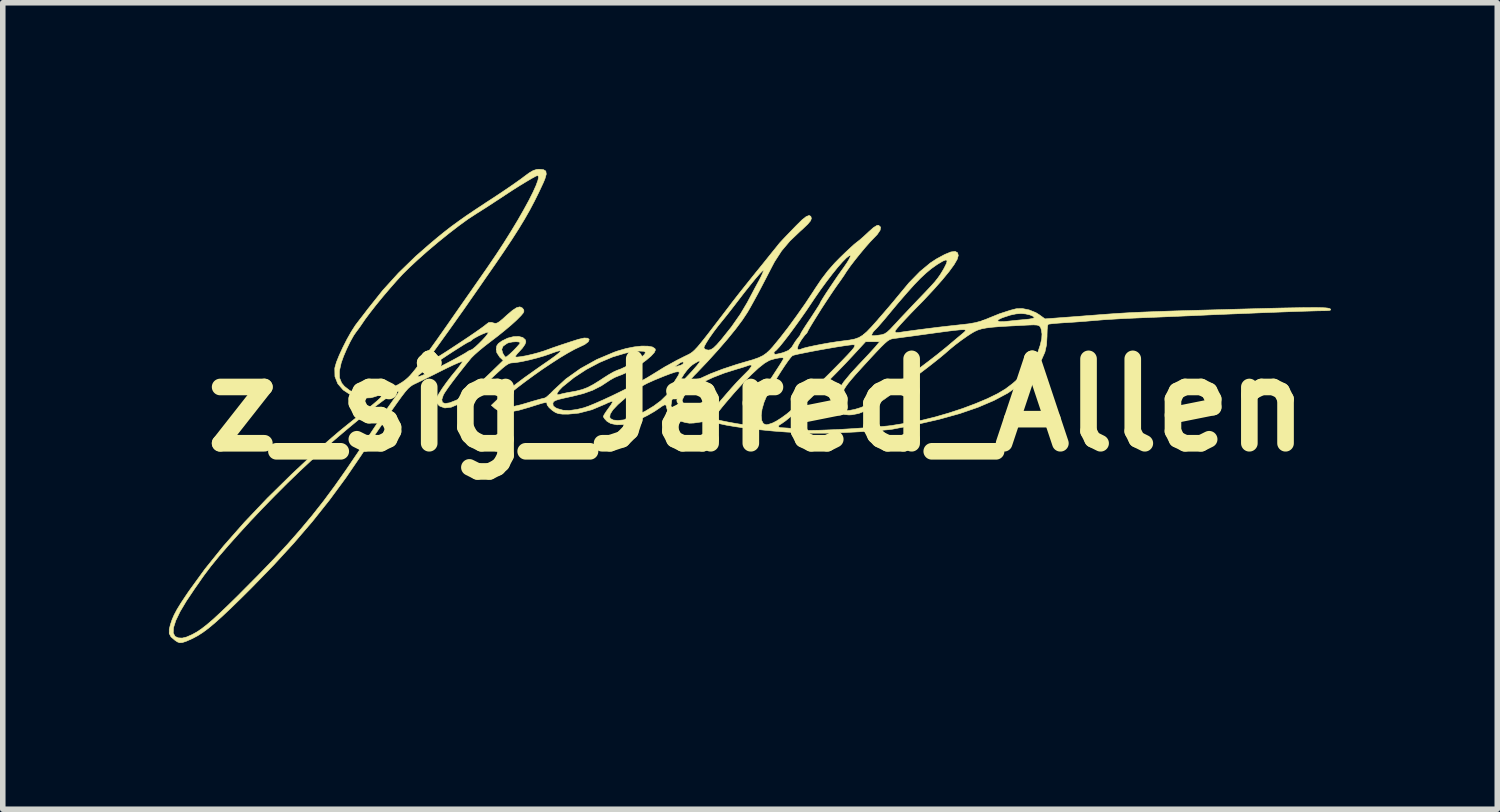
<source format=kicad_pcb>
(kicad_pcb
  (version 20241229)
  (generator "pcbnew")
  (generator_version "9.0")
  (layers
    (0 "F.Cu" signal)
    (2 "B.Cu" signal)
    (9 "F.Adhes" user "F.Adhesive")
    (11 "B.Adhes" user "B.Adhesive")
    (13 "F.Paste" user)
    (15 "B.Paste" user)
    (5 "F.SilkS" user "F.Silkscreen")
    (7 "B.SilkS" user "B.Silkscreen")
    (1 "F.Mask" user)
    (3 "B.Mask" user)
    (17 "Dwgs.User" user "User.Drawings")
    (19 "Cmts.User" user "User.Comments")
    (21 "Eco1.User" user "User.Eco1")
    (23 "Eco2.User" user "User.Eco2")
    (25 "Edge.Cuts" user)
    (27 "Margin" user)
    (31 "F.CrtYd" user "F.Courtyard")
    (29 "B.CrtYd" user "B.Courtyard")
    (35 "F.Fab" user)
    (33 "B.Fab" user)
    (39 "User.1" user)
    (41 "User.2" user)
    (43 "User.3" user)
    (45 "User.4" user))
  (footprint "z_sig_Jared_Allen"
    (layer "F.Cu")
    (at 10.612 4.262)
    (property "Reference" "z_sig_Jared_Allen" (at 0 0 0) (layer "F.SilkS") (effects (font (size 1.524 1.524) (thickness 0.3))))
    (attr through_hole)
    (fp_poly (pts (xy -3.853 -4.25) (xy -3.81 -4.224) (xy -3.801 -4.17) (xy -3.825 -4.085) (xy -3.854 -4.015) (xy -3.935 -3.842) (xy -4.016 -3.679) (xy -4.101 -3.518) (xy -4.195 -3.353) (xy -4.301 -3.179) (xy -4.423 -2.988) (xy -4.565 -2.775) (xy -4.73 -2.533) (xy -4.909 -2.276) (xy -4.996 -2.15) (xy -5.09 -2.015) (xy -5.178 -1.889) (xy -5.227 -1.818) (xy -5.296 -1.719) (xy -5.381 -1.6) (xy -5.475 -1.467) (xy -5.574 -1.328) (xy -5.672 -1.192) (xy -5.763 -1.065) (xy -5.843 -0.955) (xy -5.905 -0.871) (xy -5.944 -0.819) (xy -5.947 -0.815) (xy -5.979 -0.766) (xy -5.987 -0.736) (xy -5.986 -0.735) (xy -5.963 -0.744) (xy -5.905 -0.777) (xy -5.819 -0.83) (xy -5.711 -0.898) (xy -5.588 -0.976) (xy -5.457 -1.062) (xy -5.325 -1.149) (xy -5.199 -1.233) (xy -5.085 -1.311) (xy -4.991 -1.377) (xy -4.922 -1.427) (xy -4.89 -1.453) (xy -4.839 -1.491) (xy -4.789 -1.493) (xy -4.761 -1.484) (xy -4.725 -1.475) (xy -4.691 -1.48) (xy -4.648 -1.505) (xy -4.587 -1.555) (xy -4.515 -1.621) (xy -4.412 -1.709) (xy -4.335 -1.759) (xy -4.278 -1.773) (xy -4.234 -1.753) (xy -4.211 -1.724) (xy -4.204 -1.697) (xy -4.217 -1.663) (xy -4.258 -1.614) (xy -4.33 -1.541) (xy -4.349 -1.523) (xy -4.434 -1.446) (xy -4.547 -1.351) (xy -4.672 -1.25) (xy -4.795 -1.156) (xy -4.796 -1.155) (xy -4.908 -1.069) (xy -5.012 -0.984) (xy -5.097 -0.909) (xy -5.153 -0.854) (xy -5.159 -0.847) (xy -5.284 -0.693) (xy -5.398 -0.548) (xy -5.498 -0.417) (xy -5.579 -0.307) (xy -5.635 -0.224) (xy -5.659 -0.183) (xy -5.687 -0.099) (xy -5.676 -0.047) (xy -5.628 -0.028) (xy -5.545 -0.041) (xy -5.426 -0.088) (xy -5.394 -0.104) (xy -5.324 -0.143) (xy -5.249 -0.192) (xy -5.165 -0.258) (xy -5.065 -0.344) (xy -4.943 -0.455) (xy -4.794 -0.596) (xy -4.736 -0.653) (xy -4.578 -0.806) (xy -4.641 -0.865) (xy -4.694 -0.946) (xy -4.703 -1.005) (xy -4.606 -1.005) (xy -4.586 -0.935) (xy -4.586 -0.935) (xy -4.556 -0.886) (xy -4.533 -0.864) (xy -4.532 -0.864) (xy -4.507 -0.881) (xy -4.456 -0.924) (xy -4.393 -0.984) (xy -4.332 -1.048) (xy -4.288 -1.098) (xy -4.271 -1.124) (xy -4.293 -1.139) (xy -4.347 -1.144) (xy -4.415 -1.139) (xy -4.479 -1.126) (xy -4.508 -1.115) (xy -4.581 -1.063) (xy -4.606 -1.005) (xy -4.703 -1.005) (xy -4.704 -1.008) (xy -4.696 -1.067) (xy -4.666 -1.111) (xy -4.602 -1.157) (xy -4.499 -1.208) (xy -4.395 -1.235) (xy -4.3 -1.239) (xy -4.225 -1.22) (xy -4.179 -1.179) (xy -4.17 -1.14) (xy -4.187 -1.094) (xy -4.231 -1.03) (xy -4.272 -0.985) (xy -4.325 -0.928) (xy -4.357 -0.885) (xy -4.361 -0.869) (xy -4.328 -0.866) (xy -4.258 -0.874) (xy -4.163 -0.891) (xy -4.055 -0.916) (xy -3.945 -0.945) (xy -3.845 -0.976) (xy -3.814 -0.987) (xy -3.685 -1.034) (xy -3.542 -1.083) (xy -3.372 -1.139) (xy -3.222 -1.187) (xy -3.117 -1.211) (xy -3.051 -1.207) (xy -3.026 -1.182) (xy -3.044 -1.142) (xy -3.107 -1.094) (xy -3.187 -1.056) (xy -3.289 -1.008) (xy -3.414 -0.939) (xy -3.556 -0.854) (xy -3.708 -0.756) (xy -3.867 -0.65) (xy -4.024 -0.539) (xy -4.176 -0.428) (xy -4.316 -0.322) (xy -4.439 -0.223) (xy -4.538 -0.137) (xy -4.608 -0.067) (xy -4.644 -0.017) (xy -4.647 -0.001) (xy -4.616 0.034) (xy -4.541 0.045) (xy -4.423 0.032) (xy -4.263 -0.005) (xy -4.153 -0.037) (xy -4.037 -0.072) (xy -3.937 -0.1) (xy -3.864 -0.12) (xy -3.829 -0.127) (xy -3.829 -0.127) (xy -3.799 -0.144) (xy -3.746 -0.19) (xy -3.724 -0.212) (xy -3.606 -0.212) (xy -3.606 -0.186) (xy -3.572 -0.188) (xy -3.566 -0.19) (xy -3.515 -0.204) (xy -3.437 -0.221) (xy -3.394 -0.229) (xy -3.26 -0.253) (xy -3.151 -0.281) (xy -3.054 -0.318) (xy -2.953 -0.371) (xy -2.834 -0.445) (xy -2.76 -0.494) (xy -2.67 -0.551) (xy -2.589 -0.597) (xy -2.531 -0.624) (xy -2.523 -0.627) (xy -2.453 -0.653) (xy -2.358 -0.698) (xy -2.253 -0.755) (xy -2.155 -0.814) (xy -2.091 -0.858) (xy -2.028 -0.914) (xy -2.01 -0.951) (xy -2.039 -0.971) (xy -2.117 -0.975) (xy -2.155 -0.973) (xy -2.368 -0.939) (xy -2.6 -0.87) (xy -2.84 -0.769) (xy -3.078 -0.643) (xy -3.302 -0.496) (xy -3.503 -0.334) (xy -3.515 -0.323) (xy -3.575 -0.26) (xy -3.606 -0.212) (xy -3.724 -0.212) (xy -3.681 -0.255) (xy -3.674 -0.263) (xy -3.449 -0.47) (xy -3.185 -0.658) (xy -2.89 -0.822) (xy -2.575 -0.955) (xy -2.512 -0.977) (xy -2.361 -1.021) (xy -2.215 -1.05) (xy -2.082 -1.065) (xy -1.97 -1.064) (xy -1.886 -1.049) (xy -1.839 -1.019) (xy -1.831 -0.994) (xy -1.852 -0.948) (xy -1.91 -0.885) (xy -1.996 -0.812) (xy -2.1 -0.735) (xy -2.215 -0.662) (xy -2.33 -0.598) (xy -2.438 -0.549) (xy -2.479 -0.534) (xy -2.566 -0.499) (xy -2.648 -0.453) (xy -2.657 -0.447) (xy -2.81 -0.346) (xy -2.964 -0.268) (xy -3.136 -0.207) (xy -3.34 -0.156) (xy -3.356 -0.153) (xy -3.488 -0.124) (xy -3.578 -0.102) (xy -3.635 -0.083) (xy -3.666 -0.064) (xy -3.679 -0.043) (xy -3.682 -0.03) (xy -3.676 0.014) (xy -3.636 0.047) (xy -3.6 0.064) (xy -3.498 0.093) (xy -3.383 0.098) (xy -3.243 0.078) (xy -3.127 0.05) (xy -3.04 0.02) (xy -2.918 -0.03) (xy -2.771 -0.095) (xy -2.607 -0.171) (xy -2.437 -0.254) (xy -2.27 -0.338) (xy -2.115 -0.419) (xy -1.981 -0.493) (xy -1.889 -0.549) (xy -1.667 -0.686) (xy -1.65 -0.695) (xy -1.481 -0.695) (xy -1.445 -0.699) (xy -1.437 -0.701) (xy -1.374 -0.719) (xy -1.337 -0.739) (xy -1.321 -0.768) (xy -1.339 -0.78) (xy -1.376 -0.769) (xy -1.392 -0.757) (xy -1.444 -0.719) (xy -1.475 -0.702) (xy -1.481 -0.695) (xy -1.65 -0.695) (xy -1.455 -0.803) (xy -1.305 -0.879) (xy -1.261 -0.9) (xy -1.224 -0.918) (xy -1.191 -0.938) (xy -1.157 -0.963) (xy -1.121 -0.996) (xy -1.091 -1.028) (xy -0.956 -1.028) (xy -0.923 -1.001) (xy -0.872 -0.992) (xy -0.83 -1.001) (xy -0.783 -1.031) (xy -0.723 -1.089) (xy -0.645 -1.178) (xy -0.458 -1.412) (xy -0.298 -1.641) (xy -0.171 -1.855) (xy -0.158 -1.88) (xy -0.1 -1.989) (xy -0.033 -2.116) (xy 0.03 -2.232) (xy 0.031 -2.233) (xy 0.076 -2.319) (xy 0.107 -2.387) (xy 0.121 -2.426) (xy 0.12 -2.431) (xy 0.098 -2.418) (xy 0.049 -2.368) (xy -0.024 -2.284) (xy -0.118 -2.168) (xy -0.231 -2.026) (xy -0.343 -1.88) (xy -0.423 -1.776) (xy -0.5 -1.677) (xy -0.564 -1.596) (xy -0.598 -1.554) (xy -0.693 -1.437) (xy -0.781 -1.321) (xy -0.856 -1.215) (xy -0.913 -1.125) (xy -0.949 -1.06) (xy -0.956 -1.028) (xy -1.091 -1.028) (xy -1.077 -1.042) (xy -1.024 -1.105) (xy -0.957 -1.188) (xy -0.873 -1.295) (xy -0.769 -1.431) (xy -0.641 -1.598) (xy -0.486 -1.801) (xy -0.458 -1.839) (xy -0.395 -1.92) (xy -0.309 -2.03) (xy -0.207 -2.158) (xy -0.099 -2.293) (xy -0.013 -2.4) (xy 0.088 -2.524) (xy 0.181 -2.64) (xy 0.261 -2.74) (xy 0.322 -2.815) (xy 0.356 -2.857) (xy 0.383 -2.891) (xy 0.408 -2.922) (xy 0.439 -2.956) (xy 0.48 -3) (xy 0.538 -3.061) (xy 0.621 -3.147) (xy 0.71 -3.239) (xy 0.813 -3.341) (xy 0.89 -3.402) (xy 0.943 -3.423) (xy 0.974 -3.407) (xy 0.984 -3.369) (xy 0.97 -3.327) (xy 0.918 -3.265) (xy 0.827 -3.178) (xy 0.784 -3.14) (xy 0.597 -2.962) (xy 0.446 -2.783) (xy 0.319 -2.587) (xy 0.275 -2.504) (xy 0.169 -2.299) (xy 0.082 -2.132) (xy 0.01 -1.996) (xy -0.052 -1.883) (xy -0.106 -1.785) (xy -0.157 -1.696) (xy -0.174 -1.668) (xy -0.262 -1.535) (xy -0.382 -1.374) (xy -0.531 -1.191) (xy -0.702 -0.993) (xy -0.89 -0.786) (xy -1.09 -0.576) (xy -1.125 -0.541) (xy -1.186 -0.475) (xy -1.227 -0.423) (xy -1.241 -0.394) (xy -1.24 -0.393) (xy -1.212 -0.397) (xy -1.151 -0.42) (xy -1.067 -0.459) (xy -1.026 -0.479) (xy -0.84 -0.564) (xy -0.616 -0.65) (xy -0.365 -0.733) (xy -0.216 -0.777) (xy -0.074 -0.818) (xy 0.031 -0.855) (xy 0.11 -0.893) (xy 0.175 -0.939) (xy 0.181 -0.944) (xy 0.305 -0.944) (xy 0.321 -0.919) (xy 0.337 -0.916) (xy 0.379 -0.923) (xy 0.449 -0.94) (xy 0.483 -0.95) (xy 0.571 -0.987) (xy 0.63 -1.044) (xy 0.649 -1.075) (xy 0.694 -1.147) (xy 0.738 -1.206) (xy 0.745 -1.214) (xy 0.778 -1.257) (xy 0.788 -1.279) (xy 0.801 -1.307) (xy 0.836 -1.364) (xy 0.884 -1.439) (xy 0.886 -1.442) (xy 0.99 -1.598) (xy 1.066 -1.715) (xy 1.116 -1.793) (xy 1.141 -1.836) (xy 1.144 -1.845) (xy 1.158 -1.872) (xy 1.195 -1.933) (xy 1.249 -2.018) (xy 1.316 -2.119) (xy 1.389 -2.227) (xy 1.462 -2.335) (xy 1.531 -2.432) (xy 1.57 -2.486) (xy 1.628 -2.571) (xy 1.67 -2.641) (xy 1.69 -2.687) (xy 1.69 -2.697) (xy 1.665 -2.695) (xy 1.615 -2.656) (xy 1.545 -2.585) (xy 1.459 -2.487) (xy 1.361 -2.365) (xy 1.255 -2.227) (xy 1.144 -2.075) (xy 1.034 -1.916) (xy 1 -1.865) (xy 0.892 -1.704) (xy 0.781 -1.546) (xy 0.673 -1.396) (xy 0.572 -1.259) (xy 0.481 -1.142) (xy 0.407 -1.051) (xy 0.352 -0.992) (xy 0.325 -0.97) (xy 0.305 -0.944) (xy 0.181 -0.944) (xy 0.238 -0.998) (xy 0.286 -1.051) (xy 0.414 -1.206) (xy 0.56 -1.394) (xy 0.715 -1.606) (xy 0.873 -1.83) (xy 1.024 -2.058) (xy 1.042 -2.087) (xy 1.165 -2.27) (xy 1.281 -2.422) (xy 1.403 -2.561) (xy 1.5 -2.66) (xy 1.596 -2.753) (xy 1.684 -2.835) (xy 1.755 -2.9) (xy 1.801 -2.937) (xy 1.805 -2.94) (xy 1.854 -2.978) (xy 1.925 -3.04) (xy 2.003 -3.112) (xy 2.013 -3.122) (xy 2.105 -3.204) (xy 2.169 -3.243) (xy 2.197 -3.246) (xy 2.234 -3.212) (xy 2.225 -3.156) (xy 2.173 -3.079) (xy 2.121 -3.025) (xy 2.048 -2.949) (xy 1.959 -2.848) (xy 1.863 -2.733) (xy 1.769 -2.616) (xy 1.687 -2.509) (xy 1.627 -2.424) (xy 1.611 -2.4) (xy 1.573 -2.34) (xy 1.515 -2.256) (xy 1.451 -2.166) (xy 1.445 -2.158) (xy 1.39 -2.079) (xy 1.322 -1.978) (xy 1.246 -1.863) (xy 1.167 -1.742) (xy 1.092 -1.622) (xy 1.024 -1.513) (xy 0.968 -1.421) (xy 0.93 -1.355) (xy 0.915 -1.323) (xy 0.915 -1.322) (xy 0.897 -1.293) (xy 0.895 -1.292) (xy 0.871 -1.268) (xy 0.83 -1.214) (xy 0.792 -1.16) (xy 0.746 -1.078) (xy 0.731 -1.023) (xy 0.747 -0.997) (xy 0.794 -1.008) (xy 0.804 -1.013) (xy 0.85 -1.029) (xy 0.935 -1.05) (xy 1.047 -1.074) (xy 1.176 -1.099) (xy 1.311 -1.123) (xy 1.44 -1.143) (xy 1.551 -1.158) (xy 1.559 -1.159) (xy 1.675 -1.174) (xy 1.766 -1.192) (xy 1.842 -1.219) (xy 1.913 -1.262) (xy 1.917 -1.266) (xy 2.071 -1.266) (xy 2.081 -1.253) (xy 2.123 -1.253) (xy 2.191 -1.261) (xy 2.255 -1.27) (xy 2.304 -1.286) (xy 2.351 -1.316) (xy 2.407 -1.368) (xy 2.482 -1.448) (xy 2.504 -1.471) (xy 2.593 -1.568) (xy 2.704 -1.685) (xy 2.821 -1.809) (xy 2.927 -1.92) (xy 3.049 -2.047) (xy 3.142 -2.146) (xy 3.213 -2.225) (xy 3.267 -2.293) (xy 3.312 -2.357) (xy 3.354 -2.426) (xy 3.381 -2.473) (xy 3.423 -2.557) (xy 3.435 -2.606) (xy 3.413 -2.62) (xy 3.357 -2.599) (xy 3.265 -2.544) (xy 3.235 -2.524) (xy 3.145 -2.46) (xy 3.053 -2.383) (xy 2.953 -2.29) (xy 2.841 -2.174) (xy 2.713 -2.031) (xy 2.562 -1.857) (xy 2.409 -1.674) (xy 2.322 -1.569) (xy 2.245 -1.479) (xy 2.184 -1.409) (xy 2.145 -1.368) (xy 2.137 -1.361) (xy 2.104 -1.327) (xy 2.084 -1.294) (xy 2.071 -1.266) (xy 1.917 -1.266) (xy 1.986 -1.325) (xy 2.073 -1.416) (xy 2.182 -1.538) (xy 2.194 -1.553) (xy 2.293 -1.667) (xy 2.385 -1.774) (xy 2.462 -1.865) (xy 2.518 -1.933) (xy 2.538 -1.957) (xy 2.745 -2.206) (xy 2.943 -2.409) (xy 3.131 -2.565) (xy 3.242 -2.638) (xy 3.39 -2.718) (xy 3.502 -2.764) (xy 3.579 -2.774) (xy 3.623 -2.75) (xy 3.636 -2.7) (xy 3.617 -2.633) (xy 3.561 -2.536) (xy 3.47 -2.411) (xy 3.346 -2.26) (xy 3.191 -2.085) (xy 3.007 -1.888) (xy 2.897 -1.776) (xy 2.78 -1.656) (xy 2.677 -1.547) (xy 2.592 -1.455) (xy 2.53 -1.384) (xy 2.496 -1.341) (xy 2.492 -1.331) (xy 2.513 -1.308) (xy 2.562 -1.31) (xy 2.654 -1.324) (xy 2.785 -1.342) (xy 2.942 -1.363) (xy 3.115 -1.385) (xy 3.29 -1.407) (xy 3.456 -1.426) (xy 3.602 -1.442) (xy 3.674 -1.45) (xy 3.826 -1.467) (xy 3.944 -1.488) (xy 4.044 -1.515) (xy 4.058 -1.52) (xy 4.347 -1.52) (xy 4.38 -1.507) (xy 4.453 -1.506) (xy 4.494 -1.51) (xy 4.599 -1.521) (xy 4.725 -1.534) (xy 4.824 -1.543) (xy 4.914 -1.552) (xy 4.979 -1.564) (xy 5.008 -1.575) (xy 5.009 -1.576) (xy 4.986 -1.603) (xy 4.928 -1.628) (xy 4.849 -1.646) (xy 4.77 -1.653) (xy 4.677 -1.646) (xy 4.578 -1.625) (xy 4.455 -1.585) (xy 4.418 -1.571) (xy 4.359 -1.542) (xy 4.347 -1.52) (xy 4.058 -1.52) (xy 4.144 -1.552) (xy 4.17 -1.563) (xy 4.38 -1.648) (xy 4.577 -1.712) (xy 4.682 -1.739) (xy 4.79 -1.743) (xy 4.914 -1.718) (xy 5.036 -1.669) (xy 5.094 -1.633) (xy 5.201 -1.556) (xy 5.48 -1.577) (xy 5.597 -1.586) (xy 5.751 -1.597) (xy 5.927 -1.611) (xy 6.111 -1.625) (xy 6.267 -1.637) (xy 6.39 -1.646) (xy 6.506 -1.654) (xy 6.621 -1.661) (xy 6.74 -1.668) (xy 6.867 -1.674) (xy 7.009 -1.68) (xy 7.169 -1.686) (xy 7.353 -1.693) (xy 7.566 -1.7) (xy 7.812 -1.707) (xy 8.097 -1.715) (xy 8.425 -1.724) (xy 8.594 -1.729) (xy 8.936 -1.738) (xy 9.231 -1.746) (xy 9.482 -1.752) (xy 9.693 -1.756) (xy 9.866 -1.759) (xy 10.007 -1.76) (xy 10.118 -1.76) (xy 10.203 -1.758) (xy 10.265 -1.755) (xy 10.308 -1.75) (xy 10.335 -1.744) (xy 10.351 -1.736) (xy 10.352 -1.735) (xy 10.36 -1.718) (xy 10.334 -1.708) (xy 10.268 -1.704) (xy 10.22 -1.703) (xy 10.135 -1.702) (xy 10.005 -1.698) (xy 9.834 -1.693) (xy 9.626 -1.686) (xy 9.387 -1.677) (xy 9.122 -1.667) (xy 8.835 -1.655) (xy 8.532 -1.643) (xy 8.216 -1.63) (xy 7.894 -1.615) (xy 7.869 -1.614) (xy 7.74 -1.609) (xy 7.581 -1.602) (xy 7.413 -1.595) (xy 7.272 -1.589) (xy 6.997 -1.578) (xy 6.767 -1.568) (xy 6.572 -1.559) (xy 6.405 -1.549) (xy 6.26 -1.54) (xy 6.128 -1.529) (xy 6.077 -1.525) (xy 5.924 -1.512) (xy 5.751 -1.499) (xy 5.589 -1.488) (xy 5.543 -1.486) (xy 5.431 -1.478) (xy 5.338 -1.47) (xy 5.276 -1.462) (xy 5.257 -1.458) (xy 5.248 -1.429) (xy 5.241 -1.362) (xy 5.238 -1.27) (xy 5.238 -1.245) (xy 5.229 -1.089) (xy 5.2 -0.957) (xy 5.144 -0.83) (xy 5.055 -0.689) (xy 5.055 -0.689) (xy 4.914 -0.518) (xy 4.739 -0.361) (xy 4.529 -0.216) (xy 4.28 -0.083) (xy 3.991 0.04) (xy 3.66 0.154) (xy 3.285 0.258) (xy 2.862 0.355) (xy 2.454 0.434) (xy 2.381 0.444) (xy 2.267 0.454) (xy 2.122 0.465) (xy 1.955 0.476) (xy 1.775 0.486) (xy 1.593 0.495) (xy 1.418 0.502) (xy 1.26 0.507) (xy 1.176 0.508) (xy 0.976 0.507) (xy 0.756 0.499) (xy 0.523 0.486) (xy 0.286 0.468) (xy 0.053 0.445) (xy -0.169 0.42) (xy -0.372 0.392) (xy -0.374 0.392) (xy 0.386 0.392) (xy 0.42 0.407) (xy 0.451 0.409) (xy 0.554 0.415) (xy 0.648 0.424) (xy 0.721 0.434) (xy 0.757 0.444) (xy 0.758 0.445) (xy 0.793 0.453) (xy 0.872 0.457) (xy 0.99 0.457) (xy 1.142 0.454) (xy 1.322 0.447) (xy 1.524 0.438) (xy 1.742 0.425) (xy 1.805 0.42) (xy 1.971 0.409) (xy 2.125 0.397) (xy 2.256 0.387) (xy 2.357 0.378) (xy 2.418 0.371) (xy 2.428 0.37) (xy 2.486 0.36) (xy 2.579 0.345) (xy 2.691 0.327) (xy 2.759 0.316) (xy 2.98 0.274) (xy 3.219 0.215) (xy 3.467 0.143) (xy 3.713 0.062) (xy 3.948 -0.026) (xy 4.162 -0.116) (xy 4.346 -0.206) (xy 4.488 -0.291) (xy 4.615 -0.387) (xy 4.743 -0.499) (xy 4.859 -0.614) (xy 4.949 -0.719) (xy 4.966 -0.742) (xy 5.024 -0.842) (xy 5.075 -0.962) (xy 5.116 -1.085) (xy 5.142 -1.198) (xy 5.147 -1.285) (xy 5.145 -1.294) (xy 5.135 -1.358) (xy 5.122 -1.402) (xy 5.1 -1.429) (xy 5.06 -1.444) (xy 4.993 -1.448) (xy 4.891 -1.444) (xy 4.758 -1.437) (xy 4.546 -1.426) (xy 4.376 -1.416) (xy 4.244 -1.405) (xy 4.14 -1.392) (xy 4.057 -1.376) (xy 3.989 -1.355) (xy 3.928 -1.327) (xy 3.867 -1.291) (xy 3.798 -1.246) (xy 3.798 -1.246) (xy 3.69 -1.17) (xy 3.58 -1.087) (xy 3.489 -1.012) (xy 3.469 -0.995) (xy 3.396 -0.931) (xy 3.296 -0.848) (xy 3.183 -0.758) (xy 3.088 -0.684) (xy 2.99 -0.609) (xy 2.896 -0.538) (xy 2.796 -0.464) (xy 2.683 -0.382) (xy 2.549 -0.284) (xy 2.385 -0.166) (xy 2.304 -0.108) (xy 2.126 0.012) (xy 1.974 0.098) (xy 1.84 0.151) (xy 1.717 0.175) (xy 1.662 0.178) (xy 1.577 0.17) (xy 1.514 0.14) (xy 1.47 0.1) (xy 1.42 0.043) (xy 1.401 -0.011) (xy 1.404 -0.081) (xy 1.503 -0.081) (xy 1.515 0.027) (xy 1.528 0.056) (xy 1.553 0.087) (xy 1.595 0.1) (xy 1.668 0.097) (xy 1.675 0.096) (xy 1.768 0.078) (xy 1.875 0.045) (xy 1.934 0.021) (xy 2.009 -0.021) (xy 2.119 -0.089) (xy 2.255 -0.179) (xy 2.41 -0.286) (xy 2.58 -0.405) (xy 2.755 -0.533) (xy 2.931 -0.663) (xy 3.1 -0.791) (xy 3.256 -0.912) (xy 3.392 -1.022) (xy 3.417 -1.042) (xy 3.514 -1.124) (xy 3.603 -1.199) (xy 3.674 -1.258) (xy 3.71 -1.288) (xy 3.74 -1.314) (xy 3.761 -1.334) (xy 3.768 -1.349) (xy 3.757 -1.358) (xy 3.724 -1.361) (xy 3.664 -1.358) (xy 3.574 -1.349) (xy 3.449 -1.334) (xy 3.286 -1.312) (xy 3.08 -1.284) (xy 2.886 -1.257) (xy 2.755 -1.239) (xy 2.632 -1.223) (xy 2.532 -1.209) (xy 2.474 -1.202) (xy 2.435 -1.195) (xy 2.399 -1.182) (xy 2.359 -1.157) (xy 2.31 -1.115) (xy 2.245 -1.052) (xy 2.16 -0.963) (xy 2.047 -0.842) (xy 2.016 -0.808) (xy 1.883 -0.663) (xy 1.78 -0.549) (xy 1.703 -0.46) (xy 1.645 -0.389) (xy 1.604 -0.332) (xy 1.573 -0.281) (xy 1.548 -0.23) (xy 1.537 -0.207) (xy 1.503 -0.081) (xy 1.404 -0.081) (xy 1.404 -0.086) (xy 1.429 -0.183) (xy 1.484 -0.294) (xy 1.572 -0.423) (xy 1.696 -0.573) (xy 1.836 -0.725) (xy 1.932 -0.826) (xy 2.021 -0.921) (xy 2.094 -1.001) (xy 2.143 -1.055) (xy 2.148 -1.062) (xy 2.217 -1.144) (xy 1.963 -1.144) (xy 1.729 -0.89) (xy 1.595 -0.747) (xy 1.448 -0.595) (xy 1.295 -0.44) (xy 1.139 -0.286) (xy 0.987 -0.139) (xy 0.844 -0.004) (xy 0.715 0.115) (xy 0.605 0.213) (xy 0.52 0.283) (xy 0.464 0.322) (xy 0.464 0.323) (xy 0.4 0.364) (xy 0.386 0.392) (xy -0.374 0.392) (xy -0.547 0.363) (xy -0.686 0.333) (xy -0.773 0.306) (xy -0.834 0.292) (xy -0.914 0.293) (xy -1.029 0.308) (xy -1.033 0.309) (xy -1.139 0.324) (xy -1.216 0.327) (xy -1.287 0.316) (xy -1.358 0.296) (xy -1.464 0.25) (xy -1.551 0.186) (xy -1.609 0.115) (xy -1.627 0.053) (xy -1.635 0.009) (xy -1.55 0.009) (xy -1.52 0.098) (xy -1.447 0.171) (xy -1.334 0.22) (xy -1.313 0.225) (xy -1.228 0.236) (xy -1.146 0.235) (xy -1.108 0.227) (xy -0.758 0.227) (xy -0.749 0.25) (xy -0.718 0.263) (xy -0.628 0.285) (xy -0.504 0.31) (xy -0.364 0.335) (xy -0.225 0.357) (xy -0.105 0.373) (xy -0.047 0.378) (xy -0.023 0.371) (xy -0.01 0.339) (xy -0.006 0.27) (xy -0.006 0.235) (xy -0.004 0.188) (xy 0.079 0.188) (xy 0.087 0.277) (xy 0.118 0.336) (xy 0.169 0.356) (xy 0.215 0.347) (xy 0.282 0.324) (xy 0.294 0.319) (xy 0.359 0.285) (xy 0.445 0.23) (xy 0.533 0.166) (xy 0.536 0.164) (xy 0.596 0.114) (xy 0.682 0.036) (xy 0.788 -0.062) (xy 0.908 -0.177) (xy 1.039 -0.303) (xy 1.172 -0.434) (xy 1.305 -0.565) (xy 1.43 -0.691) (xy 1.542 -0.805) (xy 1.636 -0.903) (xy 1.706 -0.979) (xy 1.746 -1.028) (xy 1.753 -1.038) (xy 1.769 -1.073) (xy 1.762 -1.088) (xy 1.723 -1.089) (xy 1.661 -1.082) (xy 1.556 -1.067) (xy 1.428 -1.047) (xy 1.284 -1.022) (xy 1.136 -0.996) (xy 0.991 -0.969) (xy 0.86 -0.943) (xy 0.751 -0.921) (xy 0.675 -0.903) (xy 0.642 -0.892) (xy 0.613 -0.862) (xy 0.563 -0.797) (xy 0.5 -0.706) (xy 0.429 -0.598) (xy 0.356 -0.482) (xy 0.286 -0.366) (xy 0.226 -0.261) (xy 0.188 -0.19) (xy 0.13 -0.052) (xy 0.093 0.076) (xy 0.079 0.188) (xy -0.004 0.188) (xy -0.000433 0.11) (xy 0.021 -0.008) (xy 0.061 -0.128) (xy 0.123 -0.261) (xy 0.212 -0.414) (xy 0.32 -0.58) (xy 0.384 -0.678) (xy 0.437 -0.761) (xy 0.472 -0.82) (xy 0.483 -0.845) (xy 0.461 -0.855) (xy 0.406 -0.852) (xy 0.331 -0.838) (xy 0.253 -0.816) (xy 0.221 -0.804) (xy 0.14 -0.757) (xy 0.032 -0.672) (xy -0.096 -0.553) (xy -0.242 -0.405) (xy -0.4 -0.231) (xy -0.568 -0.035) (xy -0.623 0.031) (xy -0.698 0.125) (xy -0.742 0.188) (xy -0.758 0.227) (xy -1.108 0.227) (xy -1.085 0.222) (xy -1.073 0.216) (xy -1.09 0.202) (xy -1.141 0.172) (xy -1.213 0.133) (xy -1.299 0.082) (xy -1.372 0.028) (xy -1.41 -0.01) (xy -1.44 -0.055) (xy -1.443 -0.079) (xy -1.348 -0.079) (xy -1.324 -0.02) (xy -1.258 0.044) (xy -1.158 0.105) (xy -1.119 0.124) (xy -1.015 0.163) (xy -0.938 0.172) (xy -0.874 0.149) (xy -0.817 0.101) (xy -0.769 0.05) (xy -0.699 -0.029) (xy -0.617 -0.123) (xy -0.552 -0.199) (xy -0.458 -0.307) (xy -0.359 -0.416) (xy -0.267 -0.511) (xy -0.22 -0.558) (xy -0.142 -0.637) (xy -0.101 -0.693) (xy -0.097 -0.722) (xy -0.132 -0.723) (xy -0.16 -0.713) (xy -0.214 -0.694) (xy -0.297 -0.668) (xy -0.369 -0.647) (xy -0.588 -0.578) (xy -0.789 -0.5) (xy -0.967 -0.417) (xy -1.116 -0.332) (xy -1.233 -0.248) (xy -1.311 -0.168) (xy -1.346 -0.095) (xy -1.348 -0.079) (xy -1.443 -0.079) (xy -1.445 -0.093) (xy -1.426 -0.145) (xy -1.415 -0.168) (xy -1.385 -0.239) (xy -1.384 -0.267) (xy -1.411 -0.253) (xy -1.466 -0.196) (xy -1.471 -0.191) (xy -1.535 -0.089) (xy -1.55 0.009) (xy -1.635 0.009) (xy -1.636 0.004) (xy -1.665 -0.005) (xy -1.719 0.024) (xy -1.752 0.049) (xy -1.848 0.114) (xy -1.973 0.186) (xy -2.11 0.254) (xy -2.24 0.309) (xy -2.263 0.318) (xy -2.398 0.351) (xy -2.527 0.356) (xy -2.637 0.333) (xy -2.704 0.294) (xy -2.749 0.246) (xy -2.766 0.218) (xy -2.656 0.218) (xy -2.643 0.243) (xy -2.592 0.27) (xy -2.508 0.278) (xy -2.407 0.268) (xy -2.341 0.251) (xy -2.175 0.189) (xy -2.012 0.109) (xy -1.861 0.017) (xy -1.731 -0.08) (xy -1.632 -0.177) (xy -1.575 -0.262) (xy -1.531 -0.349) (xy -1.495 -0.41) (xy -1.385 -0.41) (xy -1.378 -0.407) (xy -1.353 -0.425) (xy -1.301 -0.473) (xy -1.233 -0.544) (xy -1.167 -0.615) (xy -1.084 -0.71) (xy -1.037 -0.77) (xy -1.026 -0.797) (xy -1.05 -0.794) (xy -1.111 -0.76) (xy -1.161 -0.729) (xy -1.209 -0.688) (xy -1.263 -0.628) (xy -1.314 -0.56) (xy -1.356 -0.494) (xy -1.383 -0.44) (xy -1.385 -0.41) (xy -1.495 -0.41) (xy -1.474 -0.446) (xy -1.45 -0.483) (xy -1.411 -0.547) (xy -1.399 -0.587) (xy -1.418 -0.603) (xy -1.472 -0.596) (xy -1.565 -0.565) (xy -1.683 -0.52) (xy -1.849 -0.452) (xy -1.98 -0.393) (xy -2.088 -0.335) (xy -2.188 -0.271) (xy -2.291 -0.194) (xy -2.374 -0.127) (xy -2.508 -0.01) (xy -2.599 0.086) (xy -2.647 0.161) (xy -2.656 0.218) (xy -2.766 0.218) (xy -2.771 0.21) (xy -2.771 0.207) (xy -2.757 0.174) (xy -2.72 0.117) (xy -2.681 0.063) (xy -2.634 -0.002) (xy -2.606 -0.05) (xy -2.602 -0.068) (xy -2.629 -0.064) (xy -2.687 -0.042) (xy -2.737 -0.018) (xy -2.979 0.084) (xy -3.214 0.145) (xy -3.409 0.164) (xy -3.512 0.163) (xy -3.582 0.154) (xy -3.634 0.135) (xy -3.687 0.1) (xy -3.695 0.094) (xy -3.751 0.044) (xy -3.784 -0.000285) (xy -3.788 -0.014) (xy -3.79 -0.034) (xy -3.798 -0.045) (xy -3.822 -0.045) (xy -3.87 -0.035) (xy -3.947 -0.012) (xy -4.064 0.025) (xy -4.104 0.038) (xy -4.295 0.093) (xy -4.447 0.122) (xy -4.566 0.126) (xy -4.659 0.104) (xy -4.721 0.066) (xy -4.793 0.004) (xy -4.677 -0.107) (xy -4.555 -0.216) (xy -4.394 -0.345) (xy -4.202 -0.49) (xy -3.984 -0.645) (xy -3.897 -0.706) (xy -3.746 -0.81) (xy -3.638 -0.888) (xy -3.571 -0.942) (xy -3.543 -0.973) (xy -3.554 -0.982) (xy -3.603 -0.971) (xy -3.688 -0.942) (xy -3.715 -0.931) (xy -3.833 -0.89) (xy -3.97 -0.85) (xy -4.112 -0.814) (xy -4.245 -0.785) (xy -4.354 -0.767) (xy -4.41 -0.763) (xy -4.446 -0.759) (xy -4.485 -0.744) (xy -4.532 -0.714) (xy -4.595 -0.663) (xy -4.68 -0.587) (xy -4.794 -0.481) (xy -4.818 -0.457) (xy -5.03 -0.267) (xy -5.218 -0.12) (xy -5.381 -0.019) (xy -5.519 0.039) (xy -5.633 0.052) (xy -5.722 0.02) (xy -5.746 0) (xy -5.784 -0.049) (xy -5.797 -0.085) (xy -5.782 -0.13) (xy -5.74 -0.204) (xy -5.679 -0.3) (xy -5.603 -0.407) (xy -5.519 -0.517) (xy -5.457 -0.593) (xy -5.392 -0.671) (xy -5.343 -0.737) (xy -5.316 -0.779) (xy -5.314 -0.786) (xy -5.335 -0.784) (xy -5.394 -0.761) (xy -5.483 -0.722) (xy -5.594 -0.669) (xy -5.677 -0.628) (xy -5.812 -0.56) (xy -5.942 -0.496) (xy -6.055 -0.44) (xy -6.14 -0.399) (xy -6.166 -0.387) (xy -6.212 -0.364) (xy -6.253 -0.336) (xy -6.296 -0.298) (xy -6.345 -0.242) (xy -6.407 -0.162) (xy -6.486 -0.053) (xy -6.588 0.091) (xy -6.591 0.096) (xy -6.705 0.26) (xy -6.83 0.442) (xy -6.956 0.627) (xy -7.071 0.798) (xy -7.14 0.903) (xy -7.42 1.313) (xy -7.712 1.71) (xy -8.023 2.101) (xy -8.359 2.492) (xy -8.725 2.891) (xy -9.127 3.304) (xy -9.303 3.479) (xy -9.491 3.662) (xy -9.65 3.812) (xy -9.785 3.933) (xy -9.9 4.029) (xy -10.001 4.104) (xy -10.093 4.163) (xy -10.181 4.21) (xy -10.204 4.221) (xy -10.304 4.265) (xy -10.372 4.287) (xy -10.42 4.29) (xy -10.462 4.274) (xy -10.507 4.243) (xy -10.576 4.183) (xy -10.607 4.123) (xy -10.607 4.114) (xy -10.535 4.114) (xy -10.502 4.176) (xy -10.444 4.202) (xy -10.373 4.206) (xy -10.295 4.187) (xy -10.194 4.143) (xy -10.183 4.137) (xy -10.107 4.095) (xy -10.024 4.039) (xy -9.931 3.967) (xy -9.823 3.875) (xy -9.695 3.757) (xy -9.543 3.612) (xy -9.361 3.434) (xy -9.313 3.385) (xy -9.002 3.072) (xy -8.724 2.784) (xy -8.473 2.514) (xy -8.244 2.253) (xy -8.029 1.996) (xy -7.822 1.734) (xy -7.619 1.46) (xy -7.412 1.166) (xy -7.195 0.846) (xy -7.073 0.661) (xy -6.973 0.509) (xy -6.873 0.359) (xy -6.78 0.219) (xy -6.699 0.101) (xy -6.638 0.013) (xy -6.628 0) (xy -6.566 -0.088) (xy -6.514 -0.162) (xy -6.48 -0.211) (xy -6.473 -0.222) (xy -6.467 -0.249) (xy -6.496 -0.245) (xy -6.556 -0.213) (xy -6.644 -0.155) (xy -6.756 -0.075) (xy -6.888 0.025) (xy -7.038 0.143) (xy -7.202 0.274) (xy -7.376 0.418) (xy -7.557 0.571) (xy -7.741 0.729) (xy -7.925 0.892) (xy -8.052 1.007) (xy -8.26 1.201) (xy -8.478 1.412) (xy -8.701 1.635) (xy -8.925 1.865) (xy -9.143 2.095) (xy -9.35 2.321) (xy -9.542 2.536) (xy -9.714 2.735) (xy -9.859 2.913) (xy -9.972 3.063) (xy -9.993 3.092) (xy -10.026 3.139) (xy -10.077 3.213) (xy -10.137 3.298) (xy -10.144 3.308) (xy -10.296 3.534) (xy -10.411 3.727) (xy -10.489 3.889) (xy -10.53 4.018) (xy -10.535 4.114) (xy -10.607 4.114) (xy -10.607 4.047) (xy -10.586 3.963) (xy -10.557 3.876) (xy -10.519 3.788) (xy -10.467 3.69) (xy -10.396 3.574) (xy -10.301 3.431) (xy -10.25 3.356) (xy -9.961 2.958) (xy -9.628 2.545) (xy -9.252 2.118) (xy -8.837 1.681) (xy -8.386 1.238) (xy -8.14 1.008) (xy -7.966 0.849) (xy -7.815 0.713) (xy -7.675 0.591) (xy -7.537 0.473) (xy -7.388 0.352) (xy -7.218 0.216) (xy -7.056 0.089) (xy -6.933 -0.009) (xy -6.847 -0.082) (xy -6.795 -0.131) (xy -6.774 -0.16) (xy -6.781 -0.172) (xy -6.784 -0.173) (xy -6.85 -0.168) (xy -6.887 -0.154) (xy -6.966 -0.132) (xy -7.072 -0.127) (xy -7.186 -0.138) (xy -7.288 -0.163) (xy -7.323 -0.178) (xy -7.467 -0.273) (xy -7.565 -0.386) (xy -7.616 -0.515) (xy -7.618 -0.613) (xy -7.536 -0.613) (xy -7.534 -0.494) (xy -7.495 -0.398) (xy -7.444 -0.337) (xy -7.345 -0.26) (xy -7.241 -0.219) (xy -7.121 -0.209) (xy -6.971 -0.228) (xy -6.967 -0.229) (xy -6.796 -0.264) (xy -6.664 -0.297) (xy -6.562 -0.33) (xy -6.478 -0.367) (xy -6.402 -0.413) (xy -6.391 -0.421) (xy -6.349 -0.451) (xy -6.31 -0.484) (xy -6.277 -0.515) (xy -6.119 -0.515) (xy -6.094 -0.516) (xy -6.039 -0.536) (xy -5.949 -0.577) (xy -5.822 -0.639) (xy -5.655 -0.725) (xy -5.644 -0.73) (xy -5.517 -0.797) (xy -5.404 -0.858) (xy -5.313 -0.909) (xy -5.253 -0.944) (xy -5.236 -0.956) (xy -5.19 -0.985) (xy -5.166 -0.992) (xy -5.134 -1.008) (xy -5.082 -1.049) (xy -5.02 -1.107) (xy -4.956 -1.171) (xy -4.899 -1.233) (xy -4.86 -1.283) (xy -4.847 -1.312) (xy -4.849 -1.315) (xy -4.885 -1.309) (xy -4.949 -1.284) (xy -5.024 -1.249) (xy -5.094 -1.211) (xy -5.144 -1.178) (xy -5.157 -1.163) (xy -5.186 -1.145) (xy -5.192 -1.144) (xy -5.221 -1.131) (xy -5.285 -1.093) (xy -5.374 -1.037) (xy -5.483 -0.968) (xy -5.602 -0.89) (xy -5.724 -0.808) (xy -5.843 -0.729) (xy -5.949 -0.656) (xy -6.035 -0.596) (xy -6.093 -0.552) (xy -6.116 -0.532) (xy -6.119 -0.515) (xy -6.277 -0.515) (xy -6.268 -0.524) (xy -6.221 -0.578) (xy -6.164 -0.648) (xy -6.093 -0.741) (xy -6.005 -0.861) (xy -5.895 -1.012) (xy -5.76 -1.2) (xy -5.759 -1.202) (xy -5.726 -1.249) (xy -5.668 -1.331) (xy -5.591 -1.441) (xy -5.499 -1.573) (xy -5.396 -1.721) (xy -5.287 -1.877) (xy -5.176 -2.035) (xy -5.069 -2.189) (xy -4.969 -2.332) (xy -4.882 -2.457) (xy -4.851 -2.502) (xy -4.706 -2.715) (xy -4.567 -2.928) (xy -4.436 -3.137) (xy -4.316 -3.336) (xy -4.209 -3.523) (xy -4.116 -3.693) (xy -4.041 -3.842) (xy -3.985 -3.966) (xy -3.951 -4.06) (xy -3.94 -4.121) (xy -3.956 -4.144) (xy -3.959 -4.144) (xy -3.992 -4.131) (xy -4.061 -4.093) (xy -4.158 -4.036) (xy -4.277 -3.964) (xy -4.41 -3.88) (xy -4.55 -3.788) (xy -4.627 -3.737) (xy -4.751 -3.656) (xy -4.875 -3.575) (xy -4.985 -3.505) (xy -5.068 -3.453) (xy -5.072 -3.45) (xy -5.212 -3.359) (xy -5.377 -3.239) (xy -5.56 -3.098) (xy -5.751 -2.944) (xy -5.941 -2.784) (xy -6.12 -2.625) (xy -6.28 -2.476) (xy -6.395 -2.362) (xy -6.505 -2.242) (xy -6.627 -2.103) (xy -6.753 -1.955) (xy -6.874 -1.807) (xy -6.981 -1.67) (xy -7.068 -1.554) (xy -7.105 -1.5) (xy -7.157 -1.424) (xy -7.204 -1.359) (xy -7.223 -1.335) (xy -7.278 -1.256) (xy -7.341 -1.143) (xy -7.404 -1.013) (xy -7.461 -0.88) (xy -7.503 -0.762) (xy -7.536 -0.613) (xy -7.618 -0.613) (xy -7.619 -0.66) (xy -7.616 -0.68) (xy -7.589 -0.774) (xy -7.539 -0.898) (xy -7.474 -1.039) (xy -7.4 -1.185) (xy -7.322 -1.323) (xy -7.247 -1.44) (xy -7.197 -1.506) (xy -7.171 -1.54) (xy -7.122 -1.603) (xy -7.059 -1.685) (xy -7.026 -1.729) (xy -6.754 -2.07) (xy -6.469 -2.384) (xy -6.158 -2.686) (xy -5.911 -2.902) (xy -5.771 -3.02) (xy -5.643 -3.124) (xy -5.518 -3.221) (xy -5.388 -3.316) (xy -5.245 -3.417) (xy -5.08 -3.528) (xy -4.885 -3.657) (xy -4.763 -3.736) (xy -4.624 -3.828) (xy -4.485 -3.922) (xy -4.358 -4.01) (xy -4.255 -4.083) (xy -4.205 -4.121) (xy -4.11 -4.191) (xy -4.038 -4.233) (xy -3.977 -4.253) (xy -3.933 -4.257) (xy -3.853 -4.25)) (stroke (width 0.01) (type solid)) (fill yes) (layer "F.SilkS")))
  (gr_rect
    (start -3 -3)
    (end 23.977 11.557)
    (stroke (width 0.1) (type default))
    (fill no)
    (layer "Edge.Cuts")))
</source>
